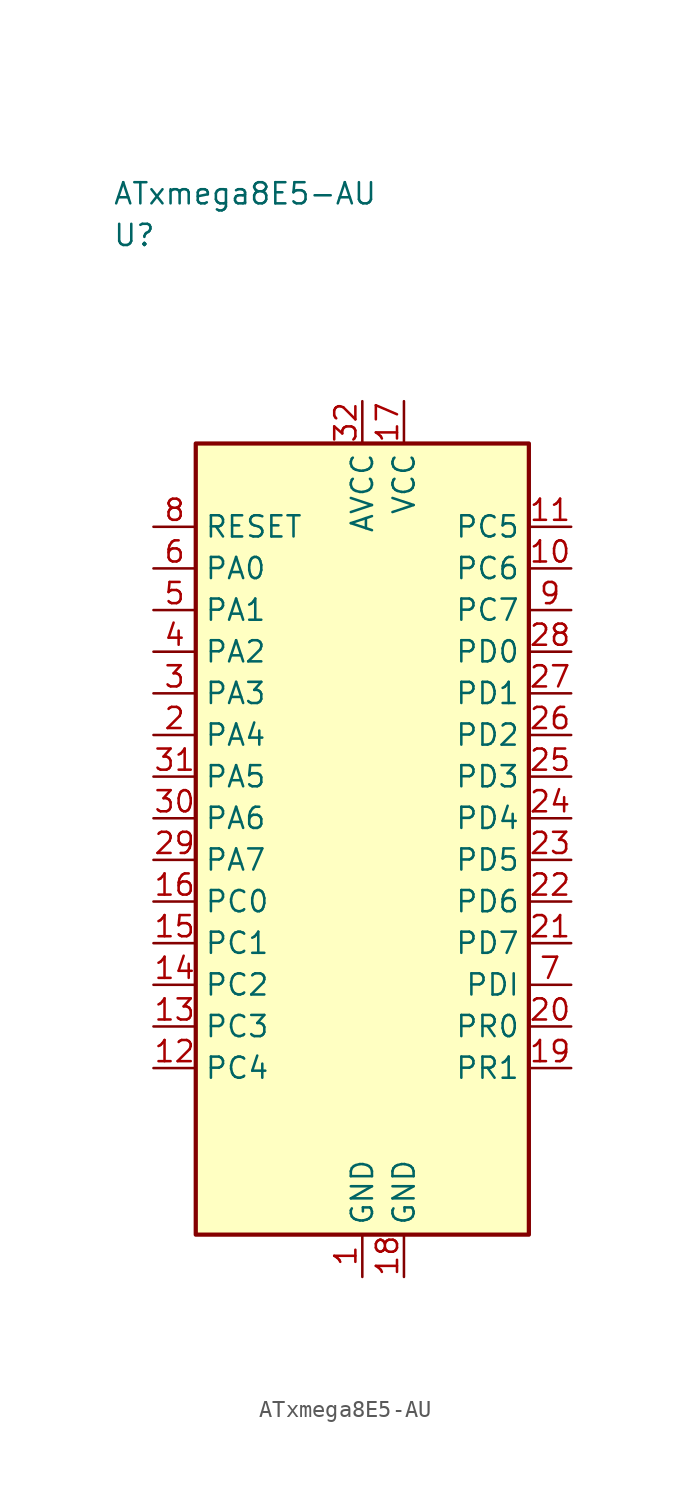
<source format=kicad_sym>
(kicad_symbol_lib
  (version 20241025)
  (generator "kicad_symbol_editor")
  (generator_version "8.0")
  (symbol "ATxmega8E5-AU"
    (property "Reference" "U"
      (at -15.0 36.25 0)
      (effects (font (size 1.27 1.27)) (justify left)))
    (property "Value" "ATxmega8E5-AU"
      (at -15.0 38.75 0)
      (effects (font (size 1.27 1.27)) (justify left)))
    (symbol "ATxmega8E5-AU_0_1"
      (rectangle (start -10.0 23.75) (end 10.0 -23.75) (stroke (width 0.254) (type default)) (fill (type background))))
    (symbol "ATxmega8E5-AU_1_1"
      (pin passive line (at 0.0 -26.29 90.0) (length 2.54) (name "GND" (effects (font (size 1.27 1.27)))) (number "1" (effects (font (size 1.27 1.27)))))
      (pin bidirectional line (at -12.54 6.25 0.0) (length 2.54) (name "PA4" (effects (font (size 1.27 1.27)))) (number "2" (effects (font (size 1.27 1.27)))))
      (pin bidirectional line (at -12.54 8.75 0.0) (length 2.54) (name "PA3" (effects (font (size 1.27 1.27)))) (number "3" (effects (font (size 1.27 1.27)))))
      (pin bidirectional line (at -12.54 11.25 0.0) (length 2.54) (name "PA2" (effects (font (size 1.27 1.27)))) (number "4" (effects (font (size 1.27 1.27)))))
      (pin bidirectional line (at -12.54 13.75 0.0) (length 2.54) (name "PA1" (effects (font (size 1.27 1.27)))) (number "5" (effects (font (size 1.27 1.27)))))
      (pin bidirectional line (at -12.54 16.25 0.0) (length 2.54) (name "PA0" (effects (font (size 1.27 1.27)))) (number "6" (effects (font (size 1.27 1.27)))))
      (pin bidirectional line (at 12.54 -8.75 180.0) (length 2.54) (name "PDI" (effects (font (size 1.27 1.27)))) (number "7" (effects (font (size 1.27 1.27)))))
      (pin input line (at -12.54 18.75 0.0) (length 2.54) (name "RESET" (effects (font (size 1.27 1.27)))) (number "8" (effects (font (size 1.27 1.27)))))
      (pin bidirectional line (at 12.54 13.75 180.0) (length 2.54) (name "PC7" (effects (font (size 1.27 1.27)))) (number "9" (effects (font (size 1.27 1.27)))))
      (pin bidirectional line (at 12.54 16.25 180.0) (length 2.54) (name "PC6" (effects (font (size 1.27 1.27)))) (number "10" (effects (font (size 1.27 1.27)))))
      (pin bidirectional line (at 12.54 18.75 180.0) (length 2.54) (name "PC5" (effects (font (size 1.27 1.27)))) (number "11" (effects (font (size 1.27 1.27)))))
      (pin bidirectional line (at -12.54 -13.75 0.0) (length 2.54) (name "PC4" (effects (font (size 1.27 1.27)))) (number "12" (effects (font (size 1.27 1.27)))))
      (pin bidirectional line (at -12.54 -11.25 0.0) (length 2.54) (name "PC3" (effects (font (size 1.27 1.27)))) (number "13" (effects (font (size 1.27 1.27)))))
      (pin bidirectional line (at -12.54 -8.75 0.0) (length 2.54) (name "PC2" (effects (font (size 1.27 1.27)))) (number "14" (effects (font (size 1.27 1.27)))))
      (pin bidirectional line (at -12.54 -6.25 0.0) (length 2.54) (name "PC1" (effects (font (size 1.27 1.27)))) (number "15" (effects (font (size 1.27 1.27)))))
      (pin bidirectional line (at -12.54 -3.75 0.0) (length 2.54) (name "PC0" (effects (font (size 1.27 1.27)))) (number "16" (effects (font (size 1.27 1.27)))))
      (pin power_in line (at 2.5 26.29 270.0) (length 2.54) (name "VCC" (effects (font (size 1.27 1.27)))) (number "17" (effects (font (size 1.27 1.27)))))
      (pin passive line (at 2.5 -26.29 90.0) (length 2.54) (name "GND" (effects (font (size 1.27 1.27)))) (number "18" (effects (font (size 1.27 1.27)))))
      (pin bidirectional line (at 12.54 -13.75 180.0) (length 2.54) (name "PR1" (effects (font (size 1.27 1.27)))) (number "19" (effects (font (size 1.27 1.27)))))
      (pin bidirectional line (at 12.54 -11.25 180.0) (length 2.54) (name "PR0" (effects (font (size 1.27 1.27)))) (number "20" (effects (font (size 1.27 1.27)))))
      (pin bidirectional line (at 12.54 -6.25 180.0) (length 2.54) (name "PD7" (effects (font (size 1.27 1.27)))) (number "21" (effects (font (size 1.27 1.27)))))
      (pin bidirectional line (at 12.54 -3.75 180.0) (length 2.54) (name "PD6" (effects (font (size 1.27 1.27)))) (number "22" (effects (font (size 1.27 1.27)))))
      (pin bidirectional line (at 12.54 -1.25 180.0) (length 2.54) (name "PD5" (effects (font (size 1.27 1.27)))) (number "23" (effects (font (size 1.27 1.27)))))
      (pin bidirectional line (at 12.54 1.25 180.0) (length 2.54) (name "PD4" (effects (font (size 1.27 1.27)))) (number "24" (effects (font (size 1.27 1.27)))))
      (pin bidirectional line (at 12.54 3.75 180.0) (length 2.54) (name "PD3" (effects (font (size 1.27 1.27)))) (number "25" (effects (font (size 1.27 1.27)))))
      (pin bidirectional line (at 12.54 6.25 180.0) (length 2.54) (name "PD2" (effects (font (size 1.27 1.27)))) (number "26" (effects (font (size 1.27 1.27)))))
      (pin bidirectional line (at 12.54 8.75 180.0) (length 2.54) (name "PD1" (effects (font (size 1.27 1.27)))) (number "27" (effects (font (size 1.27 1.27)))))
      (pin bidirectional line (at 12.54 11.25 180.0) (length 2.54) (name "PD0" (effects (font (size 1.27 1.27)))) (number "28" (effects (font (size 1.27 1.27)))))
      (pin bidirectional line (at -12.54 -1.25 0.0) (length 2.54) (name "PA7" (effects (font (size 1.27 1.27)))) (number "29" (effects (font (size 1.27 1.27)))))
      (pin bidirectional line (at -12.54 1.25 0.0) (length 2.54) (name "PA6" (effects (font (size 1.27 1.27)))) (number "30" (effects (font (size 1.27 1.27)))))
      (pin bidirectional line (at -12.54 3.75 0.0) (length 2.54) (name "PA5" (effects (font (size 1.27 1.27)))) (number "31" (effects (font (size 1.27 1.27)))))
      (pin power_in line (at 0.0 26.29 270.0) (length 2.54) (name "AVCC" (effects (font (size 1.27 1.27)))) (number "32" (effects (font (size 1.27 1.27))))))))
</source>
